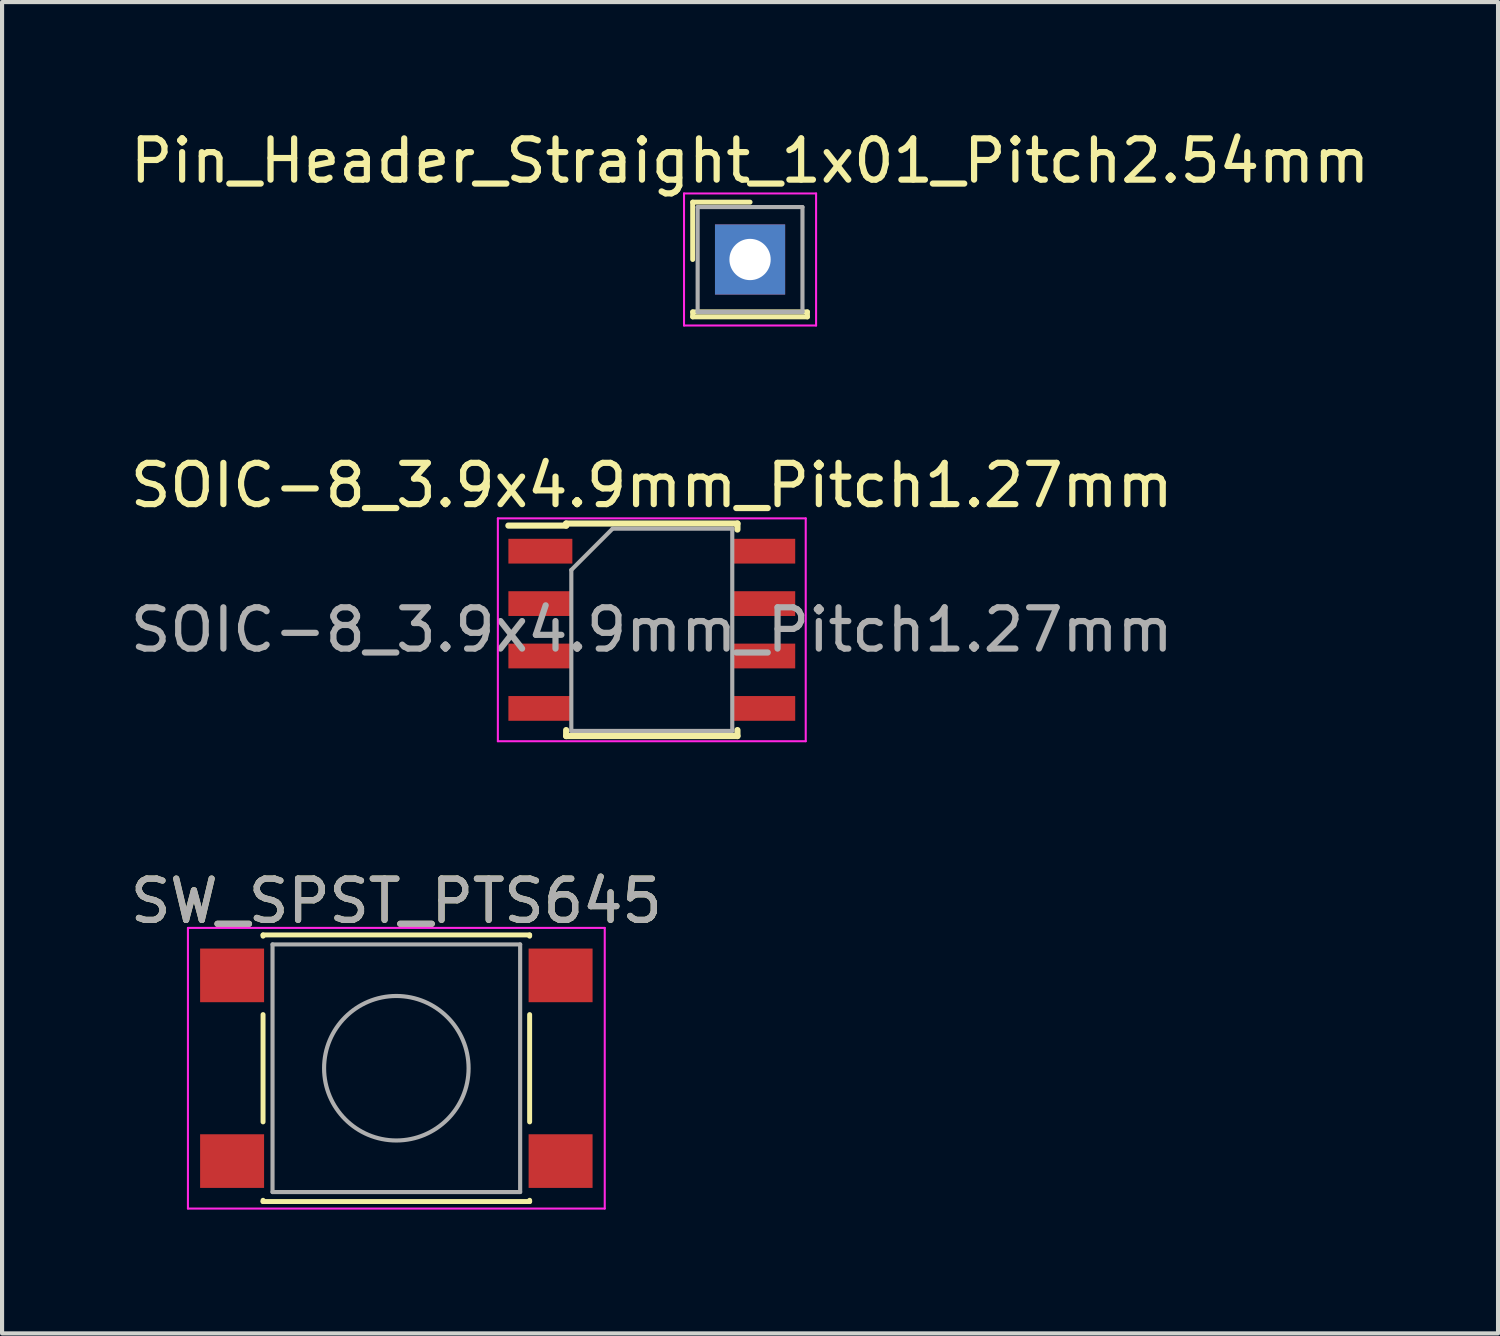
<source format=kicad_pcb>
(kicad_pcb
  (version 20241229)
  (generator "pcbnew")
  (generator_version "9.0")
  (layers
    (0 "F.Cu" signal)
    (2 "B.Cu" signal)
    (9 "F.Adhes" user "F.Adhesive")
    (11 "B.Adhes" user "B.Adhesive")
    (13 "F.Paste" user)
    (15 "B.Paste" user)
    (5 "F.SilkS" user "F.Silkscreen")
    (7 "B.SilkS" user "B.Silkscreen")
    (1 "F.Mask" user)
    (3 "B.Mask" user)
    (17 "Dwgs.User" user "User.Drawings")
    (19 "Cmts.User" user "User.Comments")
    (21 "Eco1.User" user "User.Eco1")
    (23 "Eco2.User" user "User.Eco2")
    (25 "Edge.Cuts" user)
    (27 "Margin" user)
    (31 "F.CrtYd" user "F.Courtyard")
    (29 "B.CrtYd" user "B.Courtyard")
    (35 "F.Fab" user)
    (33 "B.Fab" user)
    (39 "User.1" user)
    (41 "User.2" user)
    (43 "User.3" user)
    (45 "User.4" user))
  (footprint "SOIC-8_3.9x4.9mm_Pitch1.27mm"
    (layer "F.Cu")
    (at 12.744 12.211)
    (property "Reference" "SOIC-8_3.9x4.9mm_Pitch1.27mm" (at 0 -3.5 0) (layer "F.SilkS") (effects (font (size 1 1) (thickness 0.15))))
    (attr smd)
    (fp_line (start -2.075 -2.575) (end -2.075 -2.525) (stroke (width 0.15) (type solid)) (layer "F.SilkS"))
    (fp_line (start -2.075 -2.575) (end 2.075 -2.575) (stroke (width 0.15) (type solid)) (layer "F.SilkS"))
    (fp_line (start -2.075 -2.525) (end -3.475 -2.525) (stroke (width 0.15) (type solid)) (layer "F.SilkS"))
    (fp_line (start -2.075 2.575) (end -2.075 2.43) (stroke (width 0.15) (type solid)) (layer "F.SilkS"))
    (fp_line (start -2.075 2.575) (end 2.075 2.575) (stroke (width 0.15) (type solid)) (layer "F.SilkS"))
    (fp_line (start 2.075 -2.575) (end 2.075 -2.43) (stroke (width 0.15) (type solid)) (layer "F.SilkS"))
    (fp_line (start 2.075 2.575) (end 2.075 2.43) (stroke (width 0.15) (type solid)) (layer "F.SilkS"))
    (fp_line (start -3.73 -2.7) (end -3.73 2.7) (stroke (width 0.05) (type solid)) (layer "F.CrtYd"))
    (fp_line (start -3.73 -2.7) (end 3.73 -2.7) (stroke (width 0.05) (type solid)) (layer "F.CrtYd"))
    (fp_line (start -3.73 2.7) (end 3.73 2.7) (stroke (width 0.05) (type solid)) (layer "F.CrtYd"))
    (fp_line (start 3.73 -2.7) (end 3.73 2.7) (stroke (width 0.05) (type solid)) (layer "F.CrtYd"))
    (fp_line (start -1.95 -1.45) (end -0.95 -2.45) (stroke (width 0.1) (type solid)) (layer "F.Fab"))
    (fp_line (start -1.95 2.45) (end -1.95 -1.45) (stroke (width 0.1) (type solid)) (layer "F.Fab"))
    (fp_line (start -0.95 -2.45) (end 1.95 -2.45) (stroke (width 0.1) (type solid)) (layer "F.Fab"))
    (fp_line (start 1.95 -2.45) (end 1.95 2.45) (stroke (width 0.1) (type solid)) (layer "F.Fab"))
    (fp_line (start 1.95 2.45) (end -1.95 2.45) (stroke (width 0.1) (type solid)) (layer "F.Fab"))
    (fp_text user "${REFERENCE}" (at 0 0 0) (layer "F.Fab") (effects (font (size 1 1) (thickness 0.15))))
    (pad "1" smd rect (at -2.7 -1.905) (size 1.55 0.6) (layers "F.Cu" "F.Mask" "F.Paste"))
    (pad "2" smd rect (at -2.7 -0.635) (size 1.55 0.6) (layers "F.Cu" "F.Mask" "F.Paste"))
    (pad "3" smd rect (at -2.7 0.635) (size 1.55 0.6) (layers "F.Cu" "F.Mask" "F.Paste"))
    (pad "4" smd rect (at -2.7 1.905) (size 1.55 0.6) (layers "F.Cu" "F.Mask" "F.Paste"))
    (pad "5" smd rect (at 2.7 1.905) (size 1.55 0.6) (layers "F.Cu" "F.Mask" "F.Paste"))
    (pad "6" smd rect (at 2.7 0.635) (size 1.55 0.6) (layers "F.Cu" "F.Mask" "F.Paste"))
    (pad "7" smd rect (at 2.7 -0.635) (size 1.55 0.6) (layers "F.Cu" "F.Mask" "F.Paste"))
    (pad "8" smd rect (at 2.7 -1.905) (size 1.55 0.6) (layers "F.Cu" "F.Mask" "F.Paste")))
  (footprint "SW_SPST_PTS645"
    (layer "F.Cu")
    (at 6.554 22.835)
    (property "Reference" "SW_SPST_PTS645" (at 0 -4.05 0) (layer "F.SilkS") (effects (font (size 1 1) (thickness 0.15))))
    (attr smd)
    (fp_line (start -3.23 -3.23) (end 3.23 -3.23) (stroke (width 0.12) (type solid)) (layer "F.SilkS"))
    (fp_line (start -3.23 -3.2) (end -3.23 -3.23) (stroke (width 0.12) (type solid)) (layer "F.SilkS"))
    (fp_line (start -3.23 -1.3) (end -3.23 1.3) (stroke (width 0.12) (type solid)) (layer "F.SilkS"))
    (fp_line (start -3.23 3.23) (end -3.23 3.2) (stroke (width 0.12) (type solid)) (layer "F.SilkS"))
    (fp_line (start -3.23 3.23) (end 3.23 3.23) (stroke (width 0.12) (type solid)) (layer "F.SilkS"))
    (fp_line (start 3.23 -3.23) (end 3.23 -3.2) (stroke (width 0.12) (type solid)) (layer "F.SilkS"))
    (fp_line (start 3.23 -1.3) (end 3.23 1.3) (stroke (width 0.12) (type solid)) (layer "F.SilkS"))
    (fp_line (start 3.23 3.23) (end 3.23 3.2) (stroke (width 0.12) (type solid)) (layer "F.SilkS"))
    (fp_line (start -5.05 -3.4) (end -5.05 3.4) (stroke (width 0.05) (type solid)) (layer "F.CrtYd"))
    (fp_line (start -5.05 -3.4) (end 5.05 -3.4) (stroke (width 0.05) (type solid)) (layer "F.CrtYd"))
    (fp_line (start -5.05 3.4) (end 5.05 3.4) (stroke (width 0.05) (type solid)) (layer "F.CrtYd"))
    (fp_line (start 5.05 3.4) (end 5.05 -3.4) (stroke (width 0.05) (type solid)) (layer "F.CrtYd"))
    (fp_line (start -3 -3) (end -3 3) (stroke (width 0.1) (type solid)) (layer "F.Fab"))
    (fp_line (start -3 3) (end 3 3) (stroke (width 0.1) (type solid)) (layer "F.Fab"))
    (fp_line (start 3 -3) (end -3 -3) (stroke (width 0.1) (type solid)) (layer "F.Fab"))
    (fp_line (start 3 3) (end 3 -3) (stroke (width 0.1) (type solid)) (layer "F.Fab"))
    (fp_circle (center 0 0) (end 1.75 -0.05) (stroke (width 0.1) (type solid)) (fill no) (layer "F.Fab"))
    (fp_text user "${REFERENCE}" (at 0 -4.05 0) (layer "F.Fab") (effects (font (size 1 1) (thickness 0.15))))
    (pad "1" smd rect (at -3.98 -2.25) (size 1.55 1.3) (layers "F.Cu" "F.Mask" "F.Paste"))
    (pad "1" smd rect (at 3.98 -2.25) (size 1.55 1.3) (layers "F.Cu" "F.Mask" "F.Paste"))
    (pad "2" smd rect (at -3.98 2.25) (size 1.55 1.3) (layers "F.Cu" "F.Mask" "F.Paste"))
    (pad "2" smd rect (at 3.98 2.25) (size 1.55 1.3) (layers "F.Cu" "F.Mask" "F.Paste")))
  (footprint "Pin_Header_Straight_1x01_Pitch2.54mm"
    (layer "F.Cu")
    (at 15.125 3.238)
    (property "Reference" "Pin_Header_Straight_1x01_Pitch2.54mm" (at 0 -2.39 0) (layer "F.SilkS") (effects (font (size 1 1) (thickness 0.15))))
    (attr through_hole)
    (fp_line (start -1.39 -1.39) (end 0 -1.39) (stroke (width 0.12) (type solid)) (layer "F.SilkS"))
    (fp_line (start -1.39 0) (end -1.39 -1.39) (stroke (width 0.12) (type solid)) (layer "F.SilkS"))
    (fp_line (start -1.39 1.27) (end -1.39 1.39) (stroke (width 0.12) (type solid)) (layer "F.SilkS"))
    (fp_line (start -1.39 1.39) (end 1.39 1.39) (stroke (width 0.12) (type solid)) (layer "F.SilkS"))
    (fp_line (start 1.39 1.27) (end -1.39 1.27) (stroke (width 0.12) (type solid)) (layer "F.SilkS"))
    (fp_line (start 1.39 1.39) (end 1.39 1.27) (stroke (width 0.12) (type solid)) (layer "F.SilkS"))
    (fp_line (start -1.6 -1.6) (end -1.6 1.6) (stroke (width 0.05) (type solid)) (layer "F.CrtYd"))
    (fp_line (start -1.6 1.6) (end 1.6 1.6) (stroke (width 0.05) (type solid)) (layer "F.CrtYd"))
    (fp_line (start 1.6 -1.6) (end -1.6 -1.6) (stroke (width 0.05) (type solid)) (layer "F.CrtYd"))
    (fp_line (start 1.6 1.6) (end 1.6 -1.6) (stroke (width 0.05) (type solid)) (layer "F.CrtYd"))
    (fp_line (start -1.27 -1.27) (end -1.27 1.27) (stroke (width 0.1) (type solid)) (layer "F.Fab"))
    (fp_line (start -1.27 1.27) (end 1.27 1.27) (stroke (width 0.1) (type solid)) (layer "F.Fab"))
    (fp_line (start 1.27 -1.27) (end -1.27 -1.27) (stroke (width 0.1) (type solid)) (layer "F.Fab"))
    (fp_line (start 1.27 1.27) (end 1.27 -1.27) (stroke (width 0.1) (type solid)) (layer "F.Fab"))
    (pad "1" thru_hole rect (at 0 0) (size 1.7 1.7) (drill 1) (layers "*.Cu" "*.Mask")))
  (gr_rect
    (start -3 -3)
    (end 33.25 29.26)
    (stroke (width 0.1) (type default))
    (fill no)
    (layer "Edge.Cuts")))
</source>
